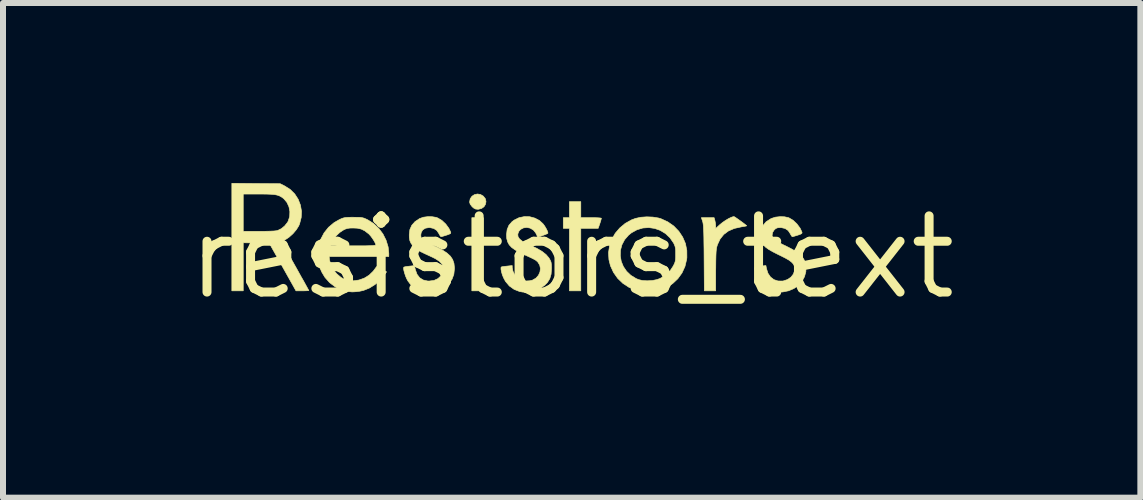
<source format=kicad_pcb>
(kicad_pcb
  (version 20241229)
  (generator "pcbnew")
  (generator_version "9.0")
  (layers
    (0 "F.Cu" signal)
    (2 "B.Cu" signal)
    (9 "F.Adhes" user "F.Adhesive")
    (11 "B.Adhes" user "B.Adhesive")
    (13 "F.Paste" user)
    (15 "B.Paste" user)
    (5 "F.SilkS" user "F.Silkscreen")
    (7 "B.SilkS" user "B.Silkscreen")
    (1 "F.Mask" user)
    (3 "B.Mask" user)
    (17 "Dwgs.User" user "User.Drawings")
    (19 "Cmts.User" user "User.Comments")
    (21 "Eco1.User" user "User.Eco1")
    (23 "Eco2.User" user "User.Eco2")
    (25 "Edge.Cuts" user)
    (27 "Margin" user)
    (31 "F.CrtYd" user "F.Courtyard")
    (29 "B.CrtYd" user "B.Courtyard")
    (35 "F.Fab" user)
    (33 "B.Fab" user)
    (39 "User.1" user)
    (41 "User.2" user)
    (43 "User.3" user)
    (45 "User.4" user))
  (footprint "resistors_text"
    (layer "F.Cu")
    (at 6.478 1.238)
    (property "Reference" "resistors_text" (at 0 0 0) (layer "F.SilkS") (effects (font (size 1.27 1.27) (thickness 0.15))))
    (attr through_hole)
    (fp_poly (pts (xy -1.473 0.559) (xy -1.664 0.559) (xy -1.664 -0.66) (xy -1.473 -0.66) (xy -1.473 0.559)) (stroke (width 0.01) (type solid)) (fill yes) (layer "F.SilkS"))
    (fp_poly (pts (xy -1.52 -1.047) (xy -1.471 -1.018) (xy -1.471 -1.017) (xy -1.438 -0.975) (xy -1.428 -0.928) (xy -1.437 -0.882) (xy -1.462 -0.842) (xy -1.503 -0.813) (xy -1.556 -0.8) (xy -1.564 -0.8) (xy -1.602 -0.804) (xy -1.633 -0.82) (xy -1.659 -0.843) (xy -1.691 -0.884) (xy -1.702 -0.92) (xy -1.691 -0.975) (xy -1.662 -1.017) (xy -1.621 -1.044) (xy -1.571 -1.055) (xy -1.52 -1.047)) (stroke (width 0.01) (type solid)) (fill yes) (layer "F.SilkS"))
    (fp_poly (pts (xy 0.152 -0.66) (xy 0.324 -0.66) (xy 0.387 -0.66) (xy 0.439 -0.658) (xy 0.476 -0.655) (xy 0.494 -0.651) (xy 0.495 -0.65) (xy 0.491 -0.634) (xy 0.482 -0.601) (xy 0.469 -0.561) (xy 0.442 -0.483) (xy 0.152 -0.483) (xy 0.152 0.559) (xy -0.038 0.559) (xy -0.038 -0.483) (xy -0.14 -0.483) (xy -0.14 -0.66) (xy -0.038 -0.66) (xy -0.038 -0.927) (xy 0.152 -0.927) (xy 0.152 -0.66)) (stroke (width 0.01) (type solid)) (fill yes) (layer "F.SilkS"))
    (fp_poly (pts (xy 2.711 -0.676) (xy 2.743 -0.655) (xy 2.783 -0.627) (xy 2.825 -0.597) (xy 2.864 -0.568) (xy 2.895 -0.544) (xy 2.914 -0.528) (xy 2.916 -0.524) (xy 2.902 -0.52) (xy 2.87 -0.514) (xy 2.828 -0.507) (xy 2.711 -0.481) (xy 2.613 -0.439) (xy 2.534 -0.38) (xy 2.473 -0.303) (xy 2.429 -0.209) (xy 2.418 -0.171) (xy 2.412 -0.139) (xy 2.407 -0.09) (xy 2.404 -0.023) (xy 2.402 0.065) (xy 2.401 0.175) (xy 2.4 0.225) (xy 2.4 0.559) (xy 2.211 0.559) (xy 2.207 0.01) (xy 2.206 -0.127) (xy 2.204 -0.241) (xy 2.203 -0.335) (xy 2.201 -0.41) (xy 2.198 -0.469) (xy 2.196 -0.515) (xy 2.192 -0.55) (xy 2.188 -0.576) (xy 2.183 -0.595) (xy 2.182 -0.6) (xy 2.161 -0.66) (xy 2.374 -0.66) (xy 2.387 -0.613) (xy 2.396 -0.568) (xy 2.4 -0.525) (xy 2.4 -0.523) (xy 2.4 -0.48) (xy 2.47 -0.544) (xy 2.513 -0.579) (xy 2.562 -0.613) (xy 2.612 -0.643) (xy 2.657 -0.665) (xy 2.692 -0.677) (xy 2.711 -0.676)) (stroke (width 0.01) (type solid)) (fill yes) (layer "F.SilkS"))
    (fp_poly (pts (xy -5.261 -1.229) (xy -4.858 -1.226) (xy -4.784 -1.189) (xy -4.692 -1.131) (xy -4.616 -1.056) (xy -4.559 -0.968) (xy -4.521 -0.87) (xy -4.503 -0.767) (xy -4.508 -0.662) (xy -4.535 -0.557) (xy -4.549 -0.524) (xy -4.589 -0.46) (xy -4.644 -0.395) (xy -4.708 -0.337) (xy -4.767 -0.297) (xy -4.837 -0.26) (xy -4.609 0.144) (xy -4.557 0.237) (xy -4.51 0.322) (xy -4.467 0.397) (xy -4.432 0.461) (xy -4.405 0.51) (xy -4.388 0.541) (xy -4.382 0.554) (xy -4.381 0.554) (xy -4.393 0.556) (xy -4.424 0.558) (xy -4.469 0.559) (xy -4.488 0.559) (xy -4.595 0.559) (xy -5.04 -0.235) (xy -5.474 -0.242) (xy -5.474 0.559) (xy -5.664 0.559) (xy -5.664 -1.054) (xy -5.474 -1.054) (xy -5.474 -0.432) (xy -5.212 -0.432) (xy -5.112 -0.433) (xy -5.027 -0.435) (xy -4.961 -0.438) (xy -4.916 -0.443) (xy -4.9 -0.447) (xy -4.84 -0.476) (xy -4.783 -0.523) (xy -4.737 -0.581) (xy -4.724 -0.604) (xy -4.7 -0.68) (xy -4.697 -0.761) (xy -4.712 -0.841) (xy -4.745 -0.913) (xy -4.795 -0.973) (xy -4.809 -0.985) (xy -4.84 -1.007) (xy -4.872 -1.024) (xy -4.907 -1.036) (xy -4.951 -1.045) (xy -5.007 -1.05) (xy -5.079 -1.053) (xy -5.17 -1.054) (xy -5.215 -1.054) (xy -5.474 -1.054) (xy -5.664 -1.054) (xy -5.664 -1.233) (xy -5.261 -1.229)) (stroke (width 0.01) (type solid)) (fill yes) (layer "F.SilkS"))
    (fp_poly (pts (xy 1.352 -0.67) (xy 1.445 -0.655) (xy 1.487 -0.643) (xy 1.602 -0.59) (xy 1.702 -0.52) (xy 1.785 -0.434) (xy 1.85 -0.336) (xy 1.896 -0.229) (xy 1.919 -0.114) (xy 1.92 0.005) (xy 1.917 0.031) (xy 1.888 0.153) (xy 1.838 0.262) (xy 1.769 0.357) (xy 1.683 0.438) (xy 1.583 0.501) (xy 1.471 0.546) (xy 1.348 0.57) (xy 1.218 0.573) (xy 1.187 0.571) (xy 1.066 0.546) (xy 0.954 0.5) (xy 0.853 0.434) (xy 0.766 0.35) (xy 0.697 0.252) (xy 0.646 0.141) (xy 0.621 0.041) (xy 0.617 -0.024) (xy 0.81 -0.024) (xy 0.826 0.068) (xy 0.861 0.154) (xy 0.915 0.233) (xy 0.986 0.301) (xy 1.074 0.355) (xy 1.118 0.373) (xy 1.183 0.388) (xy 1.261 0.392) (xy 1.344 0.387) (xy 1.42 0.372) (xy 1.473 0.353) (xy 1.565 0.298) (xy 1.639 0.227) (xy 1.69 0.15) (xy 1.711 0.11) (xy 1.723 0.078) (xy 1.73 0.045) (xy 1.733 0.002) (xy 1.733 -0.051) (xy 1.733 -0.111) (xy 1.729 -0.153) (xy 1.721 -0.187) (xy 1.708 -0.218) (xy 1.7 -0.235) (xy 1.639 -0.324) (xy 1.564 -0.395) (xy 1.477 -0.448) (xy 1.383 -0.481) (xy 1.285 -0.495) (xy 1.186 -0.488) (xy 1.089 -0.459) (xy 0.998 -0.409) (xy 0.949 -0.37) (xy 0.882 -0.293) (xy 0.837 -0.207) (xy 0.813 -0.116) (xy 0.81 -0.024) (xy 0.617 -0.024) (xy 0.614 -0.076) (xy 0.631 -0.19) (xy 0.669 -0.299) (xy 0.726 -0.4) (xy 0.802 -0.489) (xy 0.893 -0.565) (xy 0.997 -0.623) (xy 1.064 -0.648) (xy 1.152 -0.667) (xy 1.251 -0.674) (xy 1.352 -0.67)) (stroke (width 0.01) (type solid)) (fill yes) (layer "F.SilkS"))
    (fp_poly (pts (xy -3.573 -0.666) (xy -3.526 -0.665) (xy -3.491 -0.66) (xy -3.46 -0.652) (xy -3.428 -0.638) (xy -3.399 -0.624) (xy -3.302 -0.563) (xy -3.217 -0.483) (xy -3.146 -0.389) (xy -3.093 -0.283) (xy -3.059 -0.172) (xy -3.048 -0.067) (xy -3.048 -0.013) (xy -4.042 -0.013) (xy -4.036 0.043) (xy -4.015 0.124) (xy -3.974 0.203) (xy -3.916 0.275) (xy -3.847 0.334) (xy -3.808 0.356) (xy -3.725 0.385) (xy -3.636 0.392) (xy -3.545 0.379) (xy -3.457 0.348) (xy -3.376 0.298) (xy -3.309 0.233) (xy -3.296 0.216) (xy -3.251 0.155) (xy -3.169 0.199) (xy -3.086 0.243) (xy -3.123 0.297) (xy -3.194 0.382) (xy -3.279 0.455) (xy -3.372 0.513) (xy -3.469 0.552) (xy -3.533 0.566) (xy -3.59 0.573) (xy -3.629 0.576) (xy -3.661 0.577) (xy -3.694 0.574) (xy -3.721 0.571) (xy -3.835 0.543) (xy -3.941 0.493) (xy -4.034 0.423) (xy -4.112 0.335) (xy -4.163 0.25) (xy -4.195 0.179) (xy -4.215 0.111) (xy -4.225 0.038) (xy -4.229 -0.05) (xy -4.229 -0.053) (xy -4.217 -0.18) (xy -4.214 -0.191) (xy -4.024 -0.191) (xy -3.644 -0.191) (xy -3.531 -0.191) (xy -3.441 -0.191) (xy -3.372 -0.193) (xy -3.322 -0.195) (xy -3.289 -0.198) (xy -3.27 -0.201) (xy -3.264 -0.206) (xy -3.264 -0.206) (xy -3.272 -0.233) (xy -3.292 -0.271) (xy -3.32 -0.314) (xy -3.35 -0.355) (xy -3.38 -0.388) (xy -3.384 -0.391) (xy -3.447 -0.44) (xy -3.507 -0.47) (xy -3.573 -0.485) (xy -3.639 -0.488) (xy -3.696 -0.487) (xy -3.738 -0.481) (xy -3.775 -0.469) (xy -3.805 -0.454) (xy -3.864 -0.415) (xy -3.921 -0.362) (xy -3.97 -0.303) (xy -4.002 -0.245) (xy -4.003 -0.243) (xy -4.024 -0.191) (xy -4.214 -0.191) (xy -4.183 -0.299) (xy -4.127 -0.406) (xy -4.052 -0.5) (xy -3.958 -0.579) (xy -3.873 -0.627) (xy -3.837 -0.644) (xy -3.806 -0.655) (xy -3.774 -0.662) (xy -3.734 -0.665) (xy -3.68 -0.667) (xy -3.639 -0.667) (xy -3.573 -0.666)) (stroke (width 0.01) (type solid)) (fill yes) (layer "F.SilkS"))
    (fp_poly (pts (xy -0.7 -0.676) (xy -0.614 -0.653) (xy -0.536 -0.612) (xy -0.476 -0.556) (xy -0.451 -0.522) (xy -0.427 -0.482) (xy -0.408 -0.444) (xy -0.397 -0.414) (xy -0.397 -0.399) (xy -0.412 -0.391) (xy -0.444 -0.378) (xy -0.486 -0.362) (xy -0.567 -0.332) (xy -0.583 -0.375) (xy -0.602 -0.41) (xy -0.632 -0.447) (xy -0.642 -0.456) (xy -0.692 -0.486) (xy -0.748 -0.497) (xy -0.803 -0.49) (xy -0.851 -0.465) (xy -0.881 -0.432) (xy -0.898 -0.387) (xy -0.895 -0.346) (xy -0.87 -0.306) (xy -0.823 -0.267) (xy -0.751 -0.227) (xy -0.696 -0.202) (xy -0.583 -0.15) (xy -0.494 -0.098) (xy -0.427 -0.045) (xy -0.38 0.01) (xy -0.375 0.018) (xy -0.356 0.052) (xy -0.344 0.081) (xy -0.339 0.115) (xy -0.337 0.163) (xy -0.337 0.189) (xy -0.343 0.281) (xy -0.365 0.356) (xy -0.404 0.419) (xy -0.451 0.467) (xy -0.53 0.521) (xy -0.622 0.559) (xy -0.719 0.579) (xy -0.815 0.58) (xy -0.867 0.571) (xy -0.959 0.535) (xy -1.039 0.478) (xy -1.103 0.402) (xy -1.135 0.343) (xy -1.156 0.292) (xy -1.17 0.242) (xy -1.178 0.2) (xy -1.178 0.171) (xy -1.173 0.162) (xy -1.156 0.157) (xy -1.12 0.152) (xy -1.076 0.147) (xy -0.991 0.138) (xy -0.991 0.171) (xy -0.979 0.232) (xy -0.949 0.292) (xy -0.904 0.345) (xy -0.859 0.377) (xy -0.817 0.39) (xy -0.762 0.395) (xy -0.704 0.392) (xy -0.656 0.382) (xy -0.654 0.381) (xy -0.596 0.348) (xy -0.554 0.301) (xy -0.529 0.246) (xy -0.521 0.187) (xy -0.533 0.13) (xy -0.565 0.079) (xy -0.594 0.053) (xy -0.62 0.037) (xy -0.663 0.015) (xy -0.716 -0.01) (xy -0.762 -0.031) (xy -0.863 -0.078) (xy -0.941 -0.122) (xy -1 -0.164) (xy -1.041 -0.208) (xy -1.067 -0.256) (xy -1.082 -0.31) (xy -1.086 -0.374) (xy -1.086 -0.375) (xy -1.076 -0.461) (xy -1.046 -0.533) (xy -0.994 -0.593) (xy -0.958 -0.62) (xy -0.877 -0.66) (xy -0.789 -0.678) (xy -0.7 -0.676)) (stroke (width 0.01) (type solid)) (fill yes) (layer "F.SilkS"))
    (fp_poly (pts (xy 3.546 -0.675) (xy 3.611 -0.661) (xy 3.622 -0.657) (xy 3.691 -0.616) (xy 3.754 -0.556) (xy 3.807 -0.485) (xy 3.835 -0.426) (xy 3.84 -0.409) (xy 3.835 -0.397) (xy 3.816 -0.386) (xy 3.778 -0.372) (xy 3.769 -0.369) (xy 3.726 -0.356) (xy 3.693 -0.346) (xy 3.677 -0.343) (xy 3.665 -0.354) (xy 3.649 -0.381) (xy 3.643 -0.393) (xy 3.608 -0.446) (xy 3.557 -0.48) (xy 3.491 -0.495) (xy 3.476 -0.495) (xy 3.433 -0.492) (xy 3.403 -0.48) (xy 3.377 -0.458) (xy 3.348 -0.413) (xy 3.34 -0.363) (xy 3.356 -0.314) (xy 3.361 -0.307) (xy 3.38 -0.29) (xy 3.418 -0.266) (xy 3.472 -0.236) (xy 3.537 -0.203) (xy 3.563 -0.191) (xy 3.661 -0.141) (xy 3.739 -0.096) (xy 3.797 -0.054) (xy 3.84 -0.012) (xy 3.869 0.033) (xy 3.882 0.06) (xy 3.904 0.151) (xy 3.903 0.24) (xy 3.88 0.324) (xy 3.839 0.4) (xy 3.779 0.467) (xy 3.705 0.52) (xy 3.617 0.558) (xy 3.518 0.578) (xy 3.501 0.579) (xy 3.409 0.577) (xy 3.347 0.564) (xy 3.255 0.522) (xy 3.178 0.46) (xy 3.117 0.38) (xy 3.073 0.284) (xy 3.056 0.214) (xy 3.052 0.189) (xy 3.055 0.172) (xy 3.069 0.162) (xy 3.099 0.155) (xy 3.149 0.148) (xy 3.165 0.146) (xy 3.237 0.138) (xy 3.246 0.187) (xy 3.271 0.266) (xy 3.313 0.328) (xy 3.369 0.372) (xy 3.438 0.395) (xy 3.515 0.396) (xy 3.528 0.394) (xy 3.597 0.371) (xy 3.654 0.332) (xy 3.694 0.281) (xy 3.716 0.221) (xy 3.717 0.173) (xy 3.708 0.139) (xy 3.691 0.108) (xy 3.662 0.078) (xy 3.619 0.046) (xy 3.557 0.011) (xy 3.476 -0.03) (xy 3.454 -0.04) (xy 3.359 -0.088) (xy 3.285 -0.13) (xy 3.23 -0.17) (xy 3.192 -0.21) (xy 3.167 -0.254) (xy 3.154 -0.303) (xy 3.15 -0.36) (xy 3.15 -0.371) (xy 3.16 -0.459) (xy 3.19 -0.532) (xy 3.241 -0.592) (xy 3.315 -0.64) (xy 3.334 -0.649) (xy 3.397 -0.669) (xy 3.472 -0.677) (xy 3.546 -0.675)) (stroke (width 0.01) (type solid)) (fill yes) (layer "F.SilkS"))
    (fp_poly (pts (xy -2.325 -0.676) (xy -2.258 -0.665) (xy -2.232 -0.655) (xy -2.163 -0.614) (xy -2.099 -0.554) (xy -2.047 -0.483) (xy -2.021 -0.429) (xy -2.015 -0.411) (xy -2.018 -0.398) (xy -2.035 -0.388) (xy -2.071 -0.374) (xy -2.086 -0.369) (xy -2.128 -0.356) (xy -2.162 -0.346) (xy -2.177 -0.343) (xy -2.19 -0.354) (xy -2.206 -0.381) (xy -2.212 -0.393) (xy -2.247 -0.446) (xy -2.298 -0.48) (xy -2.364 -0.495) (xy -2.379 -0.495) (xy -2.438 -0.485) (xy -2.482 -0.457) (xy -2.508 -0.413) (xy -2.515 -0.37) (xy -2.511 -0.335) (xy -2.498 -0.309) (xy -2.468 -0.281) (xy -2.467 -0.28) (xy -2.437 -0.257) (xy -2.415 -0.243) (xy -2.409 -0.241) (xy -2.394 -0.236) (xy -2.361 -0.222) (xy -2.315 -0.201) (xy -2.26 -0.175) (xy -2.255 -0.173) (xy -2.156 -0.122) (xy -2.079 -0.071) (xy -2.022 -0.019) (xy -1.984 0.038) (xy -1.962 0.101) (xy -1.954 0.175) (xy -1.954 0.189) (xy -1.964 0.284) (xy -1.995 0.367) (xy -2.049 0.442) (xy -2.06 0.453) (xy -2.134 0.511) (xy -2.222 0.553) (xy -2.318 0.576) (xy -2.416 0.58) (xy -2.511 0.563) (xy -2.517 0.561) (xy -2.608 0.518) (xy -2.684 0.455) (xy -2.729 0.396) (xy -2.75 0.357) (xy -2.77 0.31) (xy -2.786 0.26) (xy -2.798 0.215) (xy -2.802 0.181) (xy -2.798 0.165) (xy -2.781 0.159) (xy -2.746 0.153) (xy -2.704 0.148) (xy -2.621 0.139) (xy -2.606 0.204) (xy -2.578 0.283) (xy -2.534 0.341) (xy -2.476 0.378) (xy -2.403 0.395) (xy -2.375 0.396) (xy -2.295 0.386) (xy -2.229 0.356) (xy -2.179 0.309) (xy -2.157 0.27) (xy -2.138 0.212) (xy -2.14 0.16) (xy -2.162 0.112) (xy -2.206 0.067) (xy -2.272 0.023) (xy -2.359 -0.019) (xy -2.444 -0.058) (xy -2.51 -0.09) (xy -2.56 -0.118) (xy -2.598 -0.145) (xy -2.628 -0.171) (xy -2.642 -0.186) (xy -2.677 -0.232) (xy -2.697 -0.277) (xy -2.706 -0.331) (xy -2.707 -0.376) (xy -2.697 -0.461) (xy -2.665 -0.533) (xy -2.611 -0.594) (xy -2.535 -0.645) (xy -2.527 -0.648) (xy -2.47 -0.668) (xy -2.399 -0.677) (xy -2.325 -0.676)) (stroke (width 0.01) (type solid)) (fill yes) (layer "F.SilkS")))
  (gr_rect
    (start -3 -3)
    (end 15.956 5.244)
    (stroke (width 0.1) (type default))
    (fill no)
    (layer "Edge.Cuts")))
</source>
